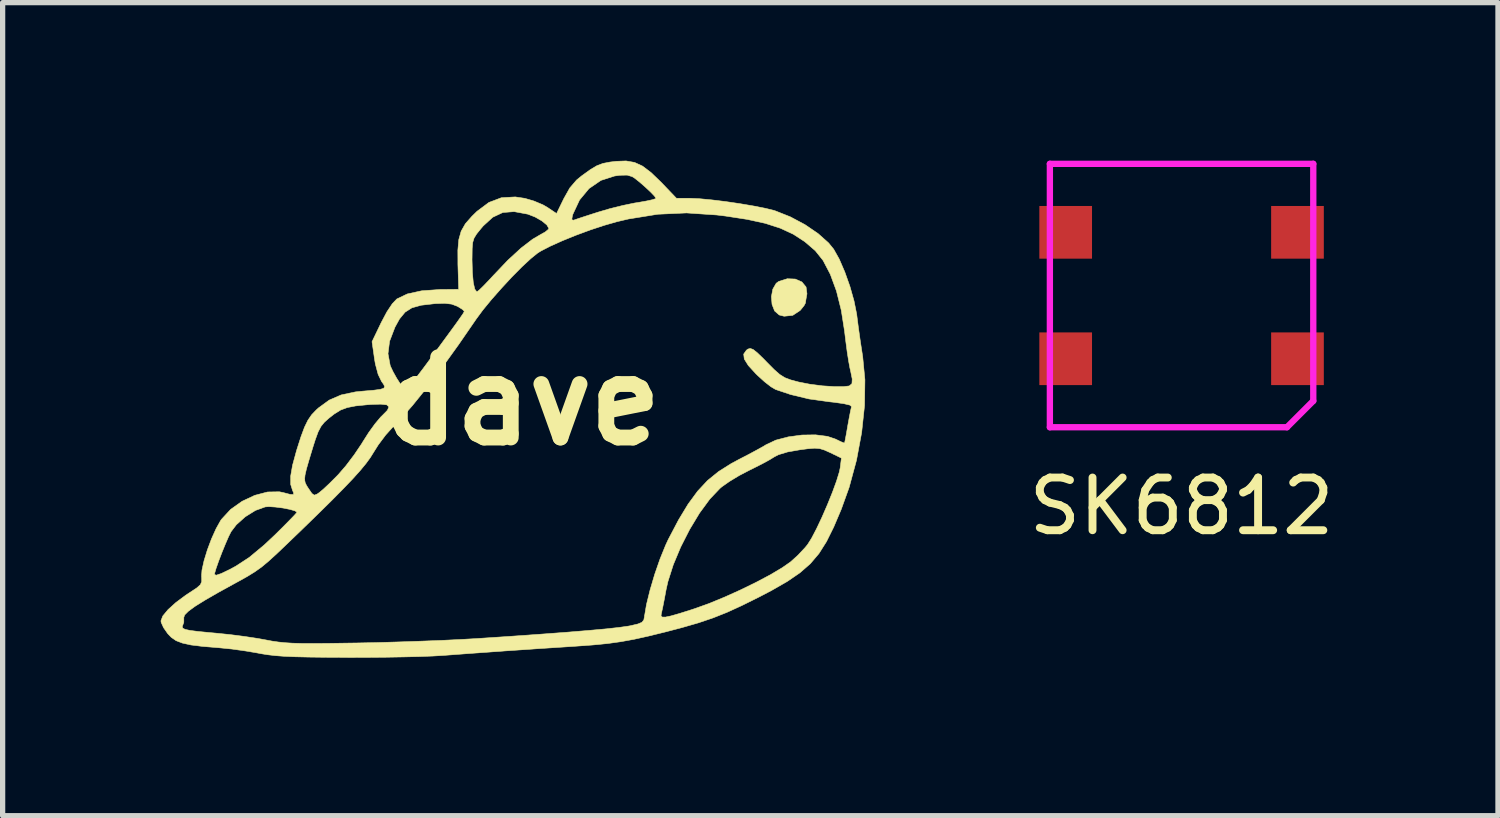
<source format=kicad_pcb>
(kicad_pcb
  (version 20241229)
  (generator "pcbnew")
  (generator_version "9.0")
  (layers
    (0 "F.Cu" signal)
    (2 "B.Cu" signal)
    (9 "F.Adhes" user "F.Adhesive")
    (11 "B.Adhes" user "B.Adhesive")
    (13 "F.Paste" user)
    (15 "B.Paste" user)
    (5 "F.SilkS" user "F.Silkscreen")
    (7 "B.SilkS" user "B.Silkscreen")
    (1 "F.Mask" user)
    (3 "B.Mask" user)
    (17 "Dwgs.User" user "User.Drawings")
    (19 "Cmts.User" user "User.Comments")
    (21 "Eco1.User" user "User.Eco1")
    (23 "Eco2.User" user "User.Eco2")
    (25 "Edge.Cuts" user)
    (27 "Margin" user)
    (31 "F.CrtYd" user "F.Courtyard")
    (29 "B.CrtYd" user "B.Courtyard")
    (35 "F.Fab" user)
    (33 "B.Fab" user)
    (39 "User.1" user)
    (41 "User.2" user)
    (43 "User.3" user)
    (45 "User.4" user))
  (footprint "dave"
    (layer "F.Cu")
    (at 6.863 4.566)
    (property "Reference" "dave" (at 0 0 0) (layer "F.SilkS") (effects (font (size 1.524 1.524) (thickness 0.3))))
    (attr through_hole)
    (fp_poly (pts (xy 5.184 -2.319) (xy 5.309 -2.264) (xy 5.388 -2.168) (xy 5.405 -2.039) (xy 5.402 -2.022) (xy 5.384 -1.922) (xy 5.376 -1.864) (xy 5.35 -1.815) (xy 5.286 -1.735) (xy 5.273 -1.721) (xy 5.135 -1.63) (xy 4.972 -1.613) (xy 4.878 -1.637) (xy 4.791 -1.713) (xy 4.742 -1.838) (xy 4.73 -1.985) (xy 4.757 -2.128) (xy 4.821 -2.239) (xy 4.869 -2.274) (xy 5.032 -2.325) (xy 5.184 -2.319)) (stroke (width 0.01) (type solid)) (fill yes) (layer "F.SilkS"))
    (fp_poly (pts (xy 2.132 -4.533) (xy 2.284 -4.463) (xy 2.446 -4.34) (xy 2.635 -4.158) (xy 2.66 -4.132) (xy 2.928 -3.852) (xy 3.189 -3.852) (xy 3.365 -3.844) (xy 3.596 -3.822) (xy 3.859 -3.79) (xy 4.132 -3.75) (xy 4.391 -3.706) (xy 4.615 -3.662) (xy 4.781 -3.621) (xy 4.802 -3.614) (xy 5.089 -3.5) (xy 5.367 -3.352) (xy 5.615 -3.183) (xy 5.813 -3.007) (xy 5.912 -2.886) (xy 6.018 -2.697) (xy 6.124 -2.451) (xy 6.221 -2.177) (xy 6.299 -1.901) (xy 6.349 -1.651) (xy 6.354 -1.609) (xy 6.382 -1.392) (xy 6.418 -1.138) (xy 6.455 -0.896) (xy 6.463 -0.845) (xy 6.505 -0.407) (xy 6.498 0.08) (xy 6.443 0.595) (xy 6.345 1.12) (xy 6.205 1.637) (xy 6.056 2.051) (xy 5.913 2.388) (xy 5.776 2.664) (xy 5.632 2.892) (xy 5.468 3.085) (xy 5.271 3.257) (xy 5.03 3.422) (xy 4.73 3.594) (xy 4.487 3.721) (xy 4.168 3.879) (xy 3.888 4.007) (xy 3.622 4.113) (xy 3.344 4.207) (xy 3.029 4.298) (xy 2.72 4.379) (xy 2.394 4.459) (xy 2.119 4.52) (xy 1.87 4.565) (xy 1.619 4.6) (xy 1.341 4.627) (xy 1.009 4.651) (xy 0.953 4.655) (xy 0.321 4.696) (xy -0.341 4.741) (xy -0.992 4.788) (xy -1.503 4.826) (xy -1.691 4.837) (xy -1.947 4.847) (xy -2.254 4.854) (xy -2.594 4.86) (xy -2.951 4.863) (xy -3.307 4.864) (xy -3.344 4.863) (xy -3.736 4.861) (xy -4.054 4.857) (xy -4.312 4.851) (xy -4.52 4.842) (xy -4.691 4.829) (xy -4.835 4.812) (xy -4.966 4.791) (xy -5.016 4.781) (xy -5.251 4.741) (xy -5.514 4.704) (xy -5.754 4.68) (xy -5.779 4.678) (xy -6.069 4.654) (xy -6.288 4.627) (xy -6.451 4.591) (xy -6.571 4.545) (xy -6.662 4.482) (xy -6.73 4.411) (xy -6.807 4.3) (xy -6.817 4.279) (xy -6.454 4.279) (xy -6.444 4.308) (xy -6.399 4.331) (xy -6.307 4.351) (xy -6.159 4.37) (xy -5.943 4.391) (xy -5.8 4.404) (xy -5.546 4.43) (xy -5.274 4.465) (xy -5.022 4.503) (xy -4.868 4.531) (xy -4.747 4.554) (xy -4.629 4.571) (xy -4.504 4.584) (xy -4.359 4.593) (xy -4.183 4.598) (xy -3.963 4.599) (xy -3.689 4.597) (xy -3.348 4.592) (xy -3.133 4.589) (xy -2.747 4.581) (xy -2.337 4.569) (xy -1.925 4.555) (xy -1.532 4.54) (xy -1.18 4.523) (xy -0.891 4.507) (xy -0.889 4.507) (xy -0.226 4.463) (xy 0.354 4.422) (xy 0.85 4.385) (xy 1.264 4.351) (xy 1.595 4.321) (xy 1.846 4.293) (xy 2.015 4.269) (xy 2.053 4.262) (xy 2.194 4.229) (xy 2.272 4.197) (xy 2.308 4.152) (xy 2.321 4.084) (xy 2.322 4.075) (xy 2.635 4.075) (xy 2.658 4.097) (xy 2.717 4.098) (xy 2.823 4.076) (xy 2.987 4.029) (xy 3.218 3.956) (xy 3.284 3.934) (xy 3.549 3.839) (xy 3.842 3.718) (xy 4.146 3.581) (xy 4.441 3.437) (xy 4.711 3.294) (xy 4.936 3.16) (xy 5.095 3.049) (xy 5.233 2.924) (xy 5.369 2.779) (xy 5.416 2.722) (xy 5.493 2.6) (xy 5.587 2.42) (xy 5.69 2.202) (xy 5.793 1.965) (xy 5.888 1.73) (xy 5.966 1.516) (xy 6.019 1.344) (xy 6.036 1.263) (xy 6.059 1.079) (xy 5.846 0.976) (xy 5.737 0.927) (xy 5.649 0.9) (xy 5.553 0.892) (xy 5.423 0.902) (xy 5.27 0.922) (xy 5.037 0.963) (xy 4.865 1.015) (xy 4.789 1.054) (xy 4.698 1.11) (xy 4.555 1.188) (xy 4.385 1.274) (xy 4.308 1.312) (xy 4.12 1.41) (xy 3.936 1.521) (xy 3.788 1.625) (xy 3.753 1.655) (xy 3.561 1.857) (xy 3.365 2.124) (xy 3.178 2.434) (xy 3.008 2.768) (xy 2.867 3.105) (xy 2.765 3.425) (xy 2.731 3.577) (xy 2.698 3.755) (xy 2.668 3.907) (xy 2.646 4.009) (xy 2.64 4.032) (xy 2.635 4.075) (xy 2.322 4.075) (xy 2.359 3.857) (xy 2.427 3.582) (xy 2.515 3.285) (xy 2.616 2.994) (xy 2.721 2.735) (xy 2.772 2.625) (xy 2.967 2.254) (xy 3.149 1.953) (xy 3.329 1.708) (xy 3.517 1.506) (xy 3.726 1.336) (xy 3.965 1.185) (xy 4.11 1.107) (xy 4.29 1.014) (xy 4.452 0.927) (xy 4.575 0.859) (xy 4.625 0.828) (xy 4.813 0.739) (xy 5.05 0.677) (xy 5.309 0.642) (xy 5.566 0.638) (xy 5.794 0.667) (xy 5.947 0.719) (xy 6.048 0.768) (xy 6.11 0.793) (xy 6.118 0.793) (xy 6.128 0.75) (xy 6.148 0.644) (xy 6.174 0.497) (xy 6.179 0.466) (xy 6.208 0.307) (xy 6.233 0.179) (xy 6.25 0.106) (xy 6.252 0.102) (xy 6.22 0.074) (xy 6.107 0.047) (xy 5.916 0.02) (xy 5.833 0.011) (xy 5.445 -0.043) (xy 5.095 -0.127) (xy 4.809 -0.223) (xy 4.721 -0.275) (xy 4.599 -0.37) (xy 4.466 -0.491) (xy 4.436 -0.52) (xy 4.291 -0.679) (xy 4.215 -0.801) (xy 4.204 -0.895) (xy 4.256 -0.969) (xy 4.285 -0.99) (xy 4.328 -1.002) (xy 4.384 -0.982) (xy 4.463 -0.919) (xy 4.581 -0.805) (xy 4.645 -0.739) (xy 4.783 -0.6) (xy 4.889 -0.507) (xy 4.985 -0.447) (xy 5.098 -0.404) (xy 5.249 -0.364) (xy 5.458 -0.323) (xy 5.698 -0.292) (xy 5.916 -0.278) (xy 6.098 -0.277) (xy 6.208 -0.29) (xy 6.259 -0.334) (xy 6.264 -0.422) (xy 6.234 -0.57) (xy 6.219 -0.635) (xy 6.197 -0.754) (xy 6.169 -0.932) (xy 6.141 -1.144) (xy 6.118 -1.334) (xy 6.056 -1.728) (xy 5.965 -2.092) (xy 5.848 -2.41) (xy 5.711 -2.672) (xy 5.563 -2.857) (xy 5.363 -3.029) (xy 5.146 -3.17) (xy 4.9 -3.284) (xy 4.612 -3.377) (xy 4.269 -3.452) (xy 3.859 -3.515) (xy 3.694 -3.535) (xy 3.119 -3.574) (xy 2.571 -3.549) (xy 2.016 -3.459) (xy 1.799 -3.408) (xy 1.558 -3.339) (xy 1.291 -3.251) (xy 1.018 -3.15) (xy 0.757 -3.044) (xy 0.53 -2.942) (xy 0.354 -2.851) (xy 0.293 -2.813) (xy 0.161 -2.706) (xy -0.008 -2.549) (xy -0.198 -2.357) (xy -0.394 -2.145) (xy -0.583 -1.931) (xy -0.748 -1.73) (xy -0.874 -1.559) (xy -0.876 -1.556) (xy -1.206 -1.077) (xy -1.52 -0.64) (xy -1.814 -0.252) (xy -2.083 0.081) (xy -2.32 0.35) (xy -2.453 0.487) (xy -2.592 0.641) (xy -2.732 0.828) (xy -2.824 0.974) (xy -2.885 1.072) (xy -2.967 1.184) (xy -3.076 1.316) (xy -3.217 1.473) (xy -3.396 1.66) (xy -3.617 1.884) (xy -3.887 2.15) (xy -4.21 2.464) (xy -4.468 2.712) (xy -4.664 2.899) (xy -4.819 3.04) (xy -4.95 3.149) (xy -5.077 3.239) (xy -5.218 3.326) (xy -5.39 3.422) (xy -5.44 3.449) (xy -5.767 3.629) (xy -6.022 3.776) (xy -6.21 3.893) (xy -6.337 3.986) (xy -6.407 4.056) (xy -6.425 4.107) (xy -6.424 4.114) (xy -6.424 4.197) (xy -6.44 4.241) (xy -6.454 4.279) (xy -6.817 4.279) (xy -6.853 4.2) (xy -6.858 4.169) (xy -6.823 4.077) (xy -6.724 3.957) (xy -6.575 3.822) (xy -6.387 3.682) (xy -6.305 3.628) (xy -6.179 3.545) (xy -6.11 3.484) (xy -6.084 3.425) (xy -6.085 3.347) (xy -6.087 3.329) (xy -6.085 3.288) (xy -5.842 3.288) (xy -5.809 3.303) (xy -5.711 3.27) (xy -5.545 3.19) (xy -5.435 3.13) (xy -5.182 2.965) (xy -4.898 2.729) (xy -4.7 2.543) (xy -4.547 2.392) (xy -4.419 2.262) (xy -4.326 2.166) (xy -4.279 2.113) (xy -4.276 2.108) (xy -4.314 2.081) (xy -4.411 2.053) (xy -4.543 2.027) (xy -4.684 2.009) (xy -4.809 2.001) (xy -4.879 2.006) (xy -5.064 2.073) (xy -5.257 2.193) (xy -5.427 2.345) (xy -5.526 2.475) (xy -5.574 2.57) (xy -5.635 2.711) (xy -5.701 2.873) (xy -5.763 3.035) (xy -5.812 3.175) (xy -5.839 3.268) (xy -5.842 3.288) (xy -6.085 3.288) (xy -6.079 3.205) (xy -6.04 3.029) (xy -5.977 2.823) (xy -5.898 2.612) (xy -5.811 2.419) (xy -5.725 2.265) (xy -5.708 2.241) (xy -5.535 2.054) (xy -5.318 1.9) (xy -5.078 1.787) (xy -4.835 1.723) (xy -4.61 1.719) (xy -4.53 1.736) (xy -4.404 1.769) (xy -4.345 1.771) (xy -4.338 1.741) (xy -4.359 1.696) (xy -4.395 1.58) (xy -4.395 1.484) (xy -4.131 1.484) (xy -4.12 1.546) (xy -4.093 1.602) (xy -4.056 1.659) (xy -3.992 1.752) (xy -3.947 1.783) (xy -3.894 1.763) (xy -3.852 1.734) (xy -3.774 1.669) (xy -3.66 1.562) (xy -3.53 1.432) (xy -3.49 1.391) (xy -3.345 1.223) (xy -3.19 1.018) (xy -3.052 0.814) (xy -3.024 0.768) (xy -2.913 0.593) (xy -2.794 0.429) (xy -2.687 0.301) (xy -2.651 0.266) (xy -2.559 0.172) (xy -2.531 0.107) (xy -2.571 0.069) (xy -2.684 0.056) (xy -2.874 0.062) (xy -2.942 0.067) (xy -3.161 0.089) (xy -3.32 0.12) (xy -3.447 0.167) (xy -3.566 0.241) (xy -3.67 0.322) (xy -3.756 0.399) (xy -3.82 0.478) (xy -3.874 0.581) (xy -3.928 0.729) (xy -3.976 0.88) (xy -4.047 1.115) (xy -4.096 1.284) (xy -4.123 1.402) (xy -4.131 1.484) (xy -4.395 1.484) (xy -4.396 1.424) (xy -4.36 1.216) (xy -4.286 0.945) (xy -4.278 0.918) (xy -4.2 0.674) (xy -4.133 0.494) (xy -4.068 0.361) (xy -3.997 0.257) (xy -3.909 0.165) (xy -3.867 0.127) (xy -3.664 -0.021) (xy -3.438 -0.119) (xy -3.166 -0.177) (xy -3.027 -0.191) (xy -2.824 -0.208) (xy -2.695 -0.225) (xy -2.628 -0.246) (xy -2.611 -0.278) (xy -2.634 -0.326) (xy -2.67 -0.375) (xy -2.735 -0.509) (xy -2.788 -0.707) (xy -2.806 -0.814) (xy -2.818 -0.902) (xy -2.548 -0.902) (xy -2.507 -0.682) (xy -2.501 -0.664) (xy -2.451 -0.558) (xy -2.383 -0.436) (xy -2.31 -0.323) (xy -2.247 -0.241) (xy -2.211 -0.213) (xy -2.176 -0.245) (xy -2.102 -0.334) (xy -1.997 -0.468) (xy -1.872 -0.633) (xy -1.82 -0.703) (xy -1.61 -0.989) (xy -1.445 -1.214) (xy -1.319 -1.386) (xy -1.228 -1.512) (xy -1.166 -1.6) (xy -1.127 -1.656) (xy -1.108 -1.689) (xy -1.101 -1.706) (xy -1.101 -1.709) (xy -1.134 -1.742) (xy -1.217 -1.794) (xy -1.236 -1.804) (xy -1.34 -1.843) (xy -1.468 -1.858) (xy -1.648 -1.853) (xy -1.677 -1.85) (xy -1.918 -1.822) (xy -2.094 -1.773) (xy -2.224 -1.69) (xy -2.33 -1.561) (xy -2.416 -1.405) (xy -2.518 -1.138) (xy -2.548 -0.902) (xy -2.818 -0.902) (xy -2.851 -1.13) (xy -2.677 -1.492) (xy -2.569 -1.696) (xy -2.466 -1.851) (xy -2.38 -1.941) (xy -2.182 -2.036) (xy -1.909 -2.096) (xy -1.559 -2.121) (xy -1.534 -2.121) (xy -1.206 -2.124) (xy -1.221 -2.602) (xy -1.221 -2.689) (xy -0.953 -2.689) (xy -0.946 -2.442) (xy -0.929 -2.252) (xy -0.901 -2.128) (xy -0.864 -2.079) (xy -0.856 -2.079) (xy -0.816 -2.11) (xy -0.734 -2.19) (xy -0.623 -2.306) (xy -0.55 -2.385) (xy -0.273 -2.676) (xy -0.022 -2.907) (xy 0.197 -3.075) (xy 0.335 -3.156) (xy 0.438 -3.214) (xy 0.499 -3.265) (xy 0.505 -3.281) (xy 0.467 -3.346) (xy 0.373 -3.423) (xy 0.333 -3.446) (xy 0.94 -3.446) (xy 0.972 -3.436) (xy 0.98 -3.438) (xy 1.043 -3.46) (xy 1.167 -3.501) (xy 1.33 -3.554) (xy 1.44 -3.589) (xy 1.664 -3.655) (xy 1.91 -3.716) (xy 2.132 -3.762) (xy 2.191 -3.771) (xy 2.35 -3.799) (xy 2.471 -3.825) (xy 2.535 -3.846) (xy 2.54 -3.851) (xy 2.51 -3.895) (xy 2.434 -3.974) (xy 2.332 -4.069) (xy 2.224 -4.163) (xy 2.13 -4.237) (xy 2.088 -4.263) (xy 1.993 -4.292) (xy 1.852 -4.289) (xy 1.753 -4.275) (xy 1.494 -4.192) (xy 1.268 -4.037) (xy 1.088 -3.82) (xy 0.962 -3.551) (xy 0.952 -3.518) (xy 0.94 -3.446) (xy 0.333 -3.446) (xy 0.246 -3.496) (xy 0.111 -3.549) (xy 0.105 -3.551) (xy -0.154 -3.599) (xy -0.369 -3.582) (xy -0.559 -3.493) (xy -0.74 -3.328) (xy -0.786 -3.274) (xy -0.865 -3.176) (xy -0.914 -3.097) (xy -0.94 -3.013) (xy -0.95 -2.9) (xy -0.952 -2.732) (xy -0.953 -2.689) (xy -1.221 -2.689) (xy -1.222 -2.866) (xy -1.204 -3.068) (xy -1.159 -3.228) (xy -1.079 -3.369) (xy -0.955 -3.51) (xy -0.859 -3.604) (xy -0.633 -3.773) (xy -0.395 -3.863) (xy -0.132 -3.878) (xy 0.049 -3.851) (xy 0.223 -3.8) (xy 0.394 -3.728) (xy 0.477 -3.68) (xy 0.652 -3.563) (xy 0.789 -3.845) (xy 0.903 -4.048) (xy 1.032 -4.199) (xy 1.13 -4.279) (xy 1.291 -4.395) (xy 1.416 -4.47) (xy 1.532 -4.514) (xy 1.667 -4.54) (xy 1.785 -4.554) (xy 1.971 -4.561) (xy 2.132 -4.533)) (stroke (width 0.01) (type solid)) (fill yes) (layer "F.SilkS")))
  (footprint "SK6812"
    (layer "F.Cu")
    (at 19.379 2.56)
    (property "Reference" "SK6812" (at 0 4 0) (layer "F.SilkS") (effects (font (size 1 1) (thickness 0.15))))
    (attr through_hole)
    (fp_line (start -2.5 -2.5) (end 2.5 -2.5) (stroke (width 0.12) (type solid)) (layer "F.CrtYd"))
    (fp_line (start -2.5 2.5) (end -2.5 -2.5) (stroke (width 0.12) (type solid)) (layer "F.CrtYd"))
    (fp_line (start 2 2.5) (end -2.5 2.5) (stroke (width 0.12) (type solid)) (layer "F.CrtYd"))
    (fp_line (start 2 2.5) (end 2.5 2) (stroke (width 0.12) (type solid)) (layer "F.CrtYd"))
    (fp_line (start 2.5 -2.5) (end 2.5 2) (stroke (width 0.12) (type solid)) (layer "F.CrtYd"))
    (pad "1" smd rect (at 2.2 1.2) (size 1 1) (layers "F.Cu" "F.Mask" "F.Paste"))
    (pad "2" smd rect (at 2.2 -1.2) (size 1 1) (layers "F.Cu" "F.Mask" "F.Paste"))
    (pad "3" smd rect (at -2.2 -1.2) (size 1 1) (layers "F.Cu" "F.Mask" "F.Paste"))
    (pad "4" smd rect (at -2.2 1.2) (size 1 1) (layers "F.Cu" "F.Mask" "F.Paste")))
  (gr_rect
    (start -3 -3)
    (end 25.385 12.434)
    (stroke (width 0.1) (type default))
    (fill no)
    (layer "Edge.Cuts")))
</source>
